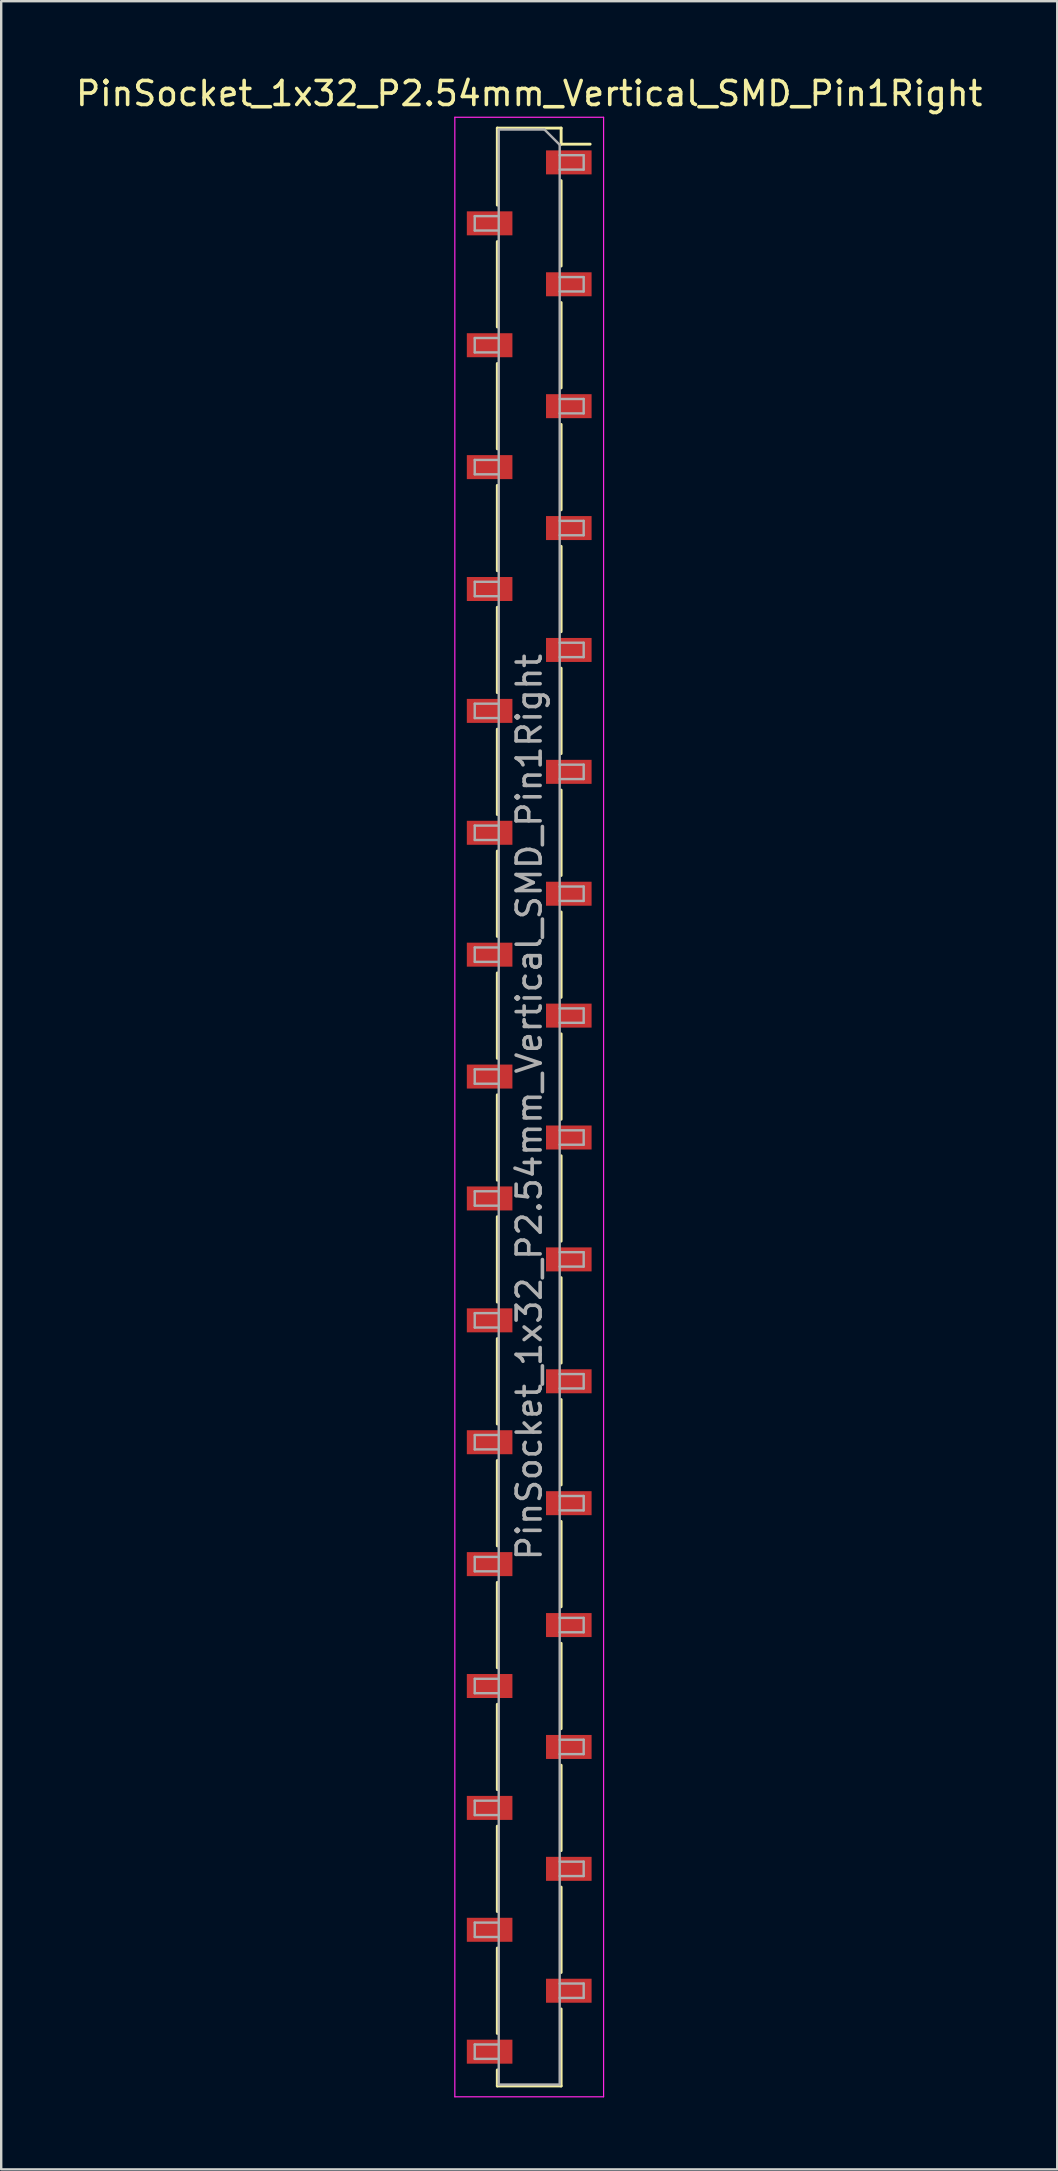
<source format=kicad_pcb>
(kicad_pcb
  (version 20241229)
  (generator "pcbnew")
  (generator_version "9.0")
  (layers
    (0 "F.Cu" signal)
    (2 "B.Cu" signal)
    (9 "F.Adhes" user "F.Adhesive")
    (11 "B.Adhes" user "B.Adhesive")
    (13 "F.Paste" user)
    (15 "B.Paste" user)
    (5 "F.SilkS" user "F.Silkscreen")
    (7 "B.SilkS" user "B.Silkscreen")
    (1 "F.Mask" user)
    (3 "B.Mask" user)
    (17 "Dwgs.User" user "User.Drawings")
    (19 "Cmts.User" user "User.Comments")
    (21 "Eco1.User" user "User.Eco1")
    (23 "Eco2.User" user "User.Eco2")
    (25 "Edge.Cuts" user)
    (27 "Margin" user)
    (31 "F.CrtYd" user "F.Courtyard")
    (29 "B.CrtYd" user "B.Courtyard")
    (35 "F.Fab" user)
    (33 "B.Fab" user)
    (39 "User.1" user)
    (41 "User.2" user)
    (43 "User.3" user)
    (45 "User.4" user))
  (footprint "PinSocket_1x32_P2.54mm_Vertical_SMD_Pin1Right"
    (layer "F.Cu")
    (at 19.006 43.088)
    (property "Reference" "PinSocket_1x32_P2.54mm_Vertical_SMD_Pin1Right" (at 0 -42.24 0) (layer "F.SilkS") (effects (font (size 1 1) (thickness 0.15))))
    (attr smd)
    (fp_line (start -1.33 -40.8) (end -1.33 -37.59) (stroke (width 0.12) (type solid)) (layer "F.SilkS"))
    (fp_line (start -1.33 -40.8) (end 1.33 -40.8) (stroke (width 0.12) (type solid)) (layer "F.SilkS"))
    (fp_line (start -1.33 -36.07) (end -1.33 -32.51) (stroke (width 0.12) (type solid)) (layer "F.SilkS"))
    (fp_line (start -1.33 -30.99) (end -1.33 -27.43) (stroke (width 0.12) (type solid)) (layer "F.SilkS"))
    (fp_line (start -1.33 -25.91) (end -1.33 -22.35) (stroke (width 0.12) (type solid)) (layer "F.SilkS"))
    (fp_line (start -1.33 -20.83) (end -1.33 -17.27) (stroke (width 0.12) (type solid)) (layer "F.SilkS"))
    (fp_line (start -1.33 -15.75) (end -1.33 -12.19) (stroke (width 0.12) (type solid)) (layer "F.SilkS"))
    (fp_line (start -1.33 -10.67) (end -1.33 -7.11) (stroke (width 0.12) (type solid)) (layer "F.SilkS"))
    (fp_line (start -1.33 -5.59) (end -1.33 -2.03) (stroke (width 0.12) (type solid)) (layer "F.SilkS"))
    (fp_line (start -1.33 -0.51) (end -1.33 3.05) (stroke (width 0.12) (type solid)) (layer "F.SilkS"))
    (fp_line (start -1.33 4.57) (end -1.33 8.13) (stroke (width 0.12) (type solid)) (layer "F.SilkS"))
    (fp_line (start -1.33 9.65) (end -1.33 13.21) (stroke (width 0.12) (type solid)) (layer "F.SilkS"))
    (fp_line (start -1.33 14.73) (end -1.33 18.29) (stroke (width 0.12) (type solid)) (layer "F.SilkS"))
    (fp_line (start -1.33 19.81) (end -1.33 23.37) (stroke (width 0.12) (type solid)) (layer "F.SilkS"))
    (fp_line (start -1.33 24.89) (end -1.33 28.45) (stroke (width 0.12) (type solid)) (layer "F.SilkS"))
    (fp_line (start -1.33 29.97) (end -1.33 33.53) (stroke (width 0.12) (type solid)) (layer "F.SilkS"))
    (fp_line (start -1.33 35.05) (end -1.33 38.61) (stroke (width 0.12) (type solid)) (layer "F.SilkS"))
    (fp_line (start -1.33 40.13) (end -1.33 40.8) (stroke (width 0.12) (type solid)) (layer "F.SilkS"))
    (fp_line (start -1.33 40.8) (end 1.33 40.8) (stroke (width 0.12) (type solid)) (layer "F.SilkS"))
    (fp_line (start 1.33 -40.8) (end 1.33 -40.13) (stroke (width 0.12) (type solid)) (layer "F.SilkS"))
    (fp_line (start 1.33 -40.13) (end 2.54 -40.13) (stroke (width 0.12) (type solid)) (layer "F.SilkS"))
    (fp_line (start 1.33 -38.61) (end 1.33 -35.05) (stroke (width 0.12) (type solid)) (layer "F.SilkS"))
    (fp_line (start 1.33 -33.53) (end 1.33 -29.97) (stroke (width 0.12) (type solid)) (layer "F.SilkS"))
    (fp_line (start 1.33 -28.45) (end 1.33 -24.89) (stroke (width 0.12) (type solid)) (layer "F.SilkS"))
    (fp_line (start 1.33 -23.37) (end 1.33 -19.81) (stroke (width 0.12) (type solid)) (layer "F.SilkS"))
    (fp_line (start 1.33 -18.29) (end 1.33 -14.73) (stroke (width 0.12) (type solid)) (layer "F.SilkS"))
    (fp_line (start 1.33 -13.21) (end 1.33 -9.65) (stroke (width 0.12) (type solid)) (layer "F.SilkS"))
    (fp_line (start 1.33 -8.13) (end 1.33 -4.57) (stroke (width 0.12) (type solid)) (layer "F.SilkS"))
    (fp_line (start 1.33 -3.05) (end 1.33 0.51) (stroke (width 0.12) (type solid)) (layer "F.SilkS"))
    (fp_line (start 1.33 2.03) (end 1.33 5.59) (stroke (width 0.12) (type solid)) (layer "F.SilkS"))
    (fp_line (start 1.33 7.11) (end 1.33 10.67) (stroke (width 0.12) (type solid)) (layer "F.SilkS"))
    (fp_line (start 1.33 12.19) (end 1.33 15.75) (stroke (width 0.12) (type solid)) (layer "F.SilkS"))
    (fp_line (start 1.33 17.27) (end 1.33 20.83) (stroke (width 0.12) (type solid)) (layer "F.SilkS"))
    (fp_line (start 1.33 22.35) (end 1.33 25.91) (stroke (width 0.12) (type solid)) (layer "F.SilkS"))
    (fp_line (start 1.33 27.43) (end 1.33 30.99) (stroke (width 0.12) (type solid)) (layer "F.SilkS"))
    (fp_line (start 1.33 32.51) (end 1.33 36.07) (stroke (width 0.12) (type solid)) (layer "F.SilkS"))
    (fp_line (start 1.33 37.59) (end 1.33 40.8) (stroke (width 0.12) (type solid)) (layer "F.SilkS"))
    (fp_line (start -3.1 -41.25) (end 3.1 -41.25) (stroke (width 0.05) (type solid)) (layer "F.CrtYd"))
    (fp_line (start -3.1 41.25) (end -3.1 -41.25) (stroke (width 0.05) (type solid)) (layer "F.CrtYd"))
    (fp_line (start 3.1 -41.25) (end 3.1 41.25) (stroke (width 0.05) (type solid)) (layer "F.CrtYd"))
    (fp_line (start 3.1 41.25) (end -3.1 41.25) (stroke (width 0.05) (type solid)) (layer "F.CrtYd"))
    (fp_line (start -2.27 -37.13) (end -1.27 -37.13) (stroke (width 0.1) (type solid)) (layer "F.Fab"))
    (fp_line (start -2.27 -36.53) (end -2.27 -37.13) (stroke (width 0.1) (type solid)) (layer "F.Fab"))
    (fp_line (start -2.27 -32.05) (end -1.27 -32.05) (stroke (width 0.1) (type solid)) (layer "F.Fab"))
    (fp_line (start -2.27 -31.45) (end -2.27 -32.05) (stroke (width 0.1) (type solid)) (layer "F.Fab"))
    (fp_line (start -2.27 -26.97) (end -1.27 -26.97) (stroke (width 0.1) (type solid)) (layer "F.Fab"))
    (fp_line (start -2.27 -26.37) (end -2.27 -26.97) (stroke (width 0.1) (type solid)) (layer "F.Fab"))
    (fp_line (start -2.27 -21.89) (end -1.27 -21.89) (stroke (width 0.1) (type solid)) (layer "F.Fab"))
    (fp_line (start -2.27 -21.29) (end -2.27 -21.89) (stroke (width 0.1) (type solid)) (layer "F.Fab"))
    (fp_line (start -2.27 -16.81) (end -1.27 -16.81) (stroke (width 0.1) (type solid)) (layer "F.Fab"))
    (fp_line (start -2.27 -16.21) (end -2.27 -16.81) (stroke (width 0.1) (type solid)) (layer "F.Fab"))
    (fp_line (start -2.27 -11.73) (end -1.27 -11.73) (stroke (width 0.1) (type solid)) (layer "F.Fab"))
    (fp_line (start -2.27 -11.13) (end -2.27 -11.73) (stroke (width 0.1) (type solid)) (layer "F.Fab"))
    (fp_line (start -2.27 -6.65) (end -1.27 -6.65) (stroke (width 0.1) (type solid)) (layer "F.Fab"))
    (fp_line (start -2.27 -6.05) (end -2.27 -6.65) (stroke (width 0.1) (type solid)) (layer "F.Fab"))
    (fp_line (start -2.27 -1.57) (end -1.27 -1.57) (stroke (width 0.1) (type solid)) (layer "F.Fab"))
    (fp_line (start -2.27 -0.97) (end -2.27 -1.57) (stroke (width 0.1) (type solid)) (layer "F.Fab"))
    (fp_line (start -2.27 3.51) (end -1.27 3.51) (stroke (width 0.1) (type solid)) (layer "F.Fab"))
    (fp_line (start -2.27 4.11) (end -2.27 3.51) (stroke (width 0.1) (type solid)) (layer "F.Fab"))
    (fp_line (start -2.27 8.59) (end -1.27 8.59) (stroke (width 0.1) (type solid)) (layer "F.Fab"))
    (fp_line (start -2.27 9.19) (end -2.27 8.59) (stroke (width 0.1) (type solid)) (layer "F.Fab"))
    (fp_line (start -2.27 13.67) (end -1.27 13.67) (stroke (width 0.1) (type solid)) (layer "F.Fab"))
    (fp_line (start -2.27 14.27) (end -2.27 13.67) (stroke (width 0.1) (type solid)) (layer "F.Fab"))
    (fp_line (start -2.27 18.75) (end -1.27 18.75) (stroke (width 0.1) (type solid)) (layer "F.Fab"))
    (fp_line (start -2.27 19.35) (end -2.27 18.75) (stroke (width 0.1) (type solid)) (layer "F.Fab"))
    (fp_line (start -2.27 23.83) (end -1.27 23.83) (stroke (width 0.1) (type solid)) (layer "F.Fab"))
    (fp_line (start -2.27 24.43) (end -2.27 23.83) (stroke (width 0.1) (type solid)) (layer "F.Fab"))
    (fp_line (start -2.27 28.91) (end -1.27 28.91) (stroke (width 0.1) (type solid)) (layer "F.Fab"))
    (fp_line (start -2.27 29.51) (end -2.27 28.91) (stroke (width 0.1) (type solid)) (layer "F.Fab"))
    (fp_line (start -2.27 33.99) (end -1.27 33.99) (stroke (width 0.1) (type solid)) (layer "F.Fab"))
    (fp_line (start -2.27 34.59) (end -2.27 33.99) (stroke (width 0.1) (type solid)) (layer "F.Fab"))
    (fp_line (start -2.27 39.07) (end -1.27 39.07) (stroke (width 0.1) (type solid)) (layer "F.Fab"))
    (fp_line (start -2.27 39.67) (end -2.27 39.07) (stroke (width 0.1) (type solid)) (layer "F.Fab"))
    (fp_line (start -1.27 -40.74) (end 0.635 -40.74) (stroke (width 0.1) (type solid)) (layer "F.Fab"))
    (fp_line (start -1.27 -36.53) (end -2.27 -36.53) (stroke (width 0.1) (type solid)) (layer "F.Fab"))
    (fp_line (start -1.27 -31.45) (end -2.27 -31.45) (stroke (width 0.1) (type solid)) (layer "F.Fab"))
    (fp_line (start -1.27 -26.37) (end -2.27 -26.37) (stroke (width 0.1) (type solid)) (layer "F.Fab"))
    (fp_line (start -1.27 -21.29) (end -2.27 -21.29) (stroke (width 0.1) (type solid)) (layer "F.Fab"))
    (fp_line (start -1.27 -16.21) (end -2.27 -16.21) (stroke (width 0.1) (type solid)) (layer "F.Fab"))
    (fp_line (start -1.27 -11.13) (end -2.27 -11.13) (stroke (width 0.1) (type solid)) (layer "F.Fab"))
    (fp_line (start -1.27 -6.05) (end -2.27 -6.05) (stroke (width 0.1) (type solid)) (layer "F.Fab"))
    (fp_line (start -1.27 -0.97) (end -2.27 -0.97) (stroke (width 0.1) (type solid)) (layer "F.Fab"))
    (fp_line (start -1.27 4.11) (end -2.27 4.11) (stroke (width 0.1) (type solid)) (layer "F.Fab"))
    (fp_line (start -1.27 9.19) (end -2.27 9.19) (stroke (width 0.1) (type solid)) (layer "F.Fab"))
    (fp_line (start -1.27 14.27) (end -2.27 14.27) (stroke (width 0.1) (type solid)) (layer "F.Fab"))
    (fp_line (start -1.27 19.35) (end -2.27 19.35) (stroke (width 0.1) (type solid)) (layer "F.Fab"))
    (fp_line (start -1.27 24.43) (end -2.27 24.43) (stroke (width 0.1) (type solid)) (layer "F.Fab"))
    (fp_line (start -1.27 29.51) (end -2.27 29.51) (stroke (width 0.1) (type solid)) (layer "F.Fab"))
    (fp_line (start -1.27 34.59) (end -2.27 34.59) (stroke (width 0.1) (type solid)) (layer "F.Fab"))
    (fp_line (start -1.27 39.67) (end -2.27 39.67) (stroke (width 0.1) (type solid)) (layer "F.Fab"))
    (fp_line (start -1.27 40.74) (end -1.27 -40.74) (stroke (width 0.1) (type solid)) (layer "F.Fab"))
    (fp_line (start 0.635 -40.74) (end 1.27 -40.105) (stroke (width 0.1) (type solid)) (layer "F.Fab"))
    (fp_line (start 1.27 -40.105) (end 1.27 40.74) (stroke (width 0.1) (type solid)) (layer "F.Fab"))
    (fp_line (start 1.27 -39.67) (end 2.27 -39.67) (stroke (width 0.1) (type solid)) (layer "F.Fab"))
    (fp_line (start 1.27 -34.59) (end 2.27 -34.59) (stroke (width 0.1) (type solid)) (layer "F.Fab"))
    (fp_line (start 1.27 -29.51) (end 2.27 -29.51) (stroke (width 0.1) (type solid)) (layer "F.Fab"))
    (fp_line (start 1.27 -24.43) (end 2.27 -24.43) (stroke (width 0.1) (type solid)) (layer "F.Fab"))
    (fp_line (start 1.27 -19.35) (end 2.27 -19.35) (stroke (width 0.1) (type solid)) (layer "F.Fab"))
    (fp_line (start 1.27 -14.27) (end 2.27 -14.27) (stroke (width 0.1) (type solid)) (layer "F.Fab"))
    (fp_line (start 1.27 -9.19) (end 2.27 -9.19) (stroke (width 0.1) (type solid)) (layer "F.Fab"))
    (fp_line (start 1.27 -4.11) (end 2.27 -4.11) (stroke (width 0.1) (type solid)) (layer "F.Fab"))
    (fp_line (start 1.27 0.97) (end 2.27 0.97) (stroke (width 0.1) (type solid)) (layer "F.Fab"))
    (fp_line (start 1.27 6.05) (end 2.27 6.05) (stroke (width 0.1) (type solid)) (layer "F.Fab"))
    (fp_line (start 1.27 11.13) (end 2.27 11.13) (stroke (width 0.1) (type solid)) (layer "F.Fab"))
    (fp_line (start 1.27 16.21) (end 2.27 16.21) (stroke (width 0.1) (type solid)) (layer "F.Fab"))
    (fp_line (start 1.27 21.29) (end 2.27 21.29) (stroke (width 0.1) (type solid)) (layer "F.Fab"))
    (fp_line (start 1.27 26.37) (end 2.27 26.37) (stroke (width 0.1) (type solid)) (layer "F.Fab"))
    (fp_line (start 1.27 31.45) (end 2.27 31.45) (stroke (width 0.1) (type solid)) (layer "F.Fab"))
    (fp_line (start 1.27 36.53) (end 2.27 36.53) (stroke (width 0.1) (type solid)) (layer "F.Fab"))
    (fp_line (start 1.27 40.74) (end -1.27 40.74) (stroke (width 0.1) (type solid)) (layer "F.Fab"))
    (fp_line (start 2.27 -39.67) (end 2.27 -39.07) (stroke (width 0.1) (type solid)) (layer "F.Fab"))
    (fp_line (start 2.27 -39.07) (end 1.27 -39.07) (stroke (width 0.1) (type solid)) (layer "F.Fab"))
    (fp_line (start 2.27 -34.59) (end 2.27 -33.99) (stroke (width 0.1) (type solid)) (layer "F.Fab"))
    (fp_line (start 2.27 -33.99) (end 1.27 -33.99) (stroke (width 0.1) (type solid)) (layer "F.Fab"))
    (fp_line (start 2.27 -29.51) (end 2.27 -28.91) (stroke (width 0.1) (type solid)) (layer "F.Fab"))
    (fp_line (start 2.27 -28.91) (end 1.27 -28.91) (stroke (width 0.1) (type solid)) (layer "F.Fab"))
    (fp_line (start 2.27 -24.43) (end 2.27 -23.83) (stroke (width 0.1) (type solid)) (layer "F.Fab"))
    (fp_line (start 2.27 -23.83) (end 1.27 -23.83) (stroke (width 0.1) (type solid)) (layer "F.Fab"))
    (fp_line (start 2.27 -19.35) (end 2.27 -18.75) (stroke (width 0.1) (type solid)) (layer "F.Fab"))
    (fp_line (start 2.27 -18.75) (end 1.27 -18.75) (stroke (width 0.1) (type solid)) (layer "F.Fab"))
    (fp_line (start 2.27 -14.27) (end 2.27 -13.67) (stroke (width 0.1) (type solid)) (layer "F.Fab"))
    (fp_line (start 2.27 -13.67) (end 1.27 -13.67) (stroke (width 0.1) (type solid)) (layer "F.Fab"))
    (fp_line (start 2.27 -9.19) (end 2.27 -8.59) (stroke (width 0.1) (type solid)) (layer "F.Fab"))
    (fp_line (start 2.27 -8.59) (end 1.27 -8.59) (stroke (width 0.1) (type solid)) (layer "F.Fab"))
    (fp_line (start 2.27 -4.11) (end 2.27 -3.51) (stroke (width 0.1) (type solid)) (layer "F.Fab"))
    (fp_line (start 2.27 -3.51) (end 1.27 -3.51) (stroke (width 0.1) (type solid)) (layer "F.Fab"))
    (fp_line (start 2.27 0.97) (end 2.27 1.57) (stroke (width 0.1) (type solid)) (layer "F.Fab"))
    (fp_line (start 2.27 1.57) (end 1.27 1.57) (stroke (width 0.1) (type solid)) (layer "F.Fab"))
    (fp_line (start 2.27 6.05) (end 2.27 6.65) (stroke (width 0.1) (type solid)) (layer "F.Fab"))
    (fp_line (start 2.27 6.65) (end 1.27 6.65) (stroke (width 0.1) (type solid)) (layer "F.Fab"))
    (fp_line (start 2.27 11.13) (end 2.27 11.73) (stroke (width 0.1) (type solid)) (layer "F.Fab"))
    (fp_line (start 2.27 11.73) (end 1.27 11.73) (stroke (width 0.1) (type solid)) (layer "F.Fab"))
    (fp_line (start 2.27 16.21) (end 2.27 16.81) (stroke (width 0.1) (type solid)) (layer "F.Fab"))
    (fp_line (start 2.27 16.81) (end 1.27 16.81) (stroke (width 0.1) (type solid)) (layer "F.Fab"))
    (fp_line (start 2.27 21.29) (end 2.27 21.89) (stroke (width 0.1) (type solid)) (layer "F.Fab"))
    (fp_line (start 2.27 21.89) (end 1.27 21.89) (stroke (width 0.1) (type solid)) (layer "F.Fab"))
    (fp_line (start 2.27 26.37) (end 2.27 26.97) (stroke (width 0.1) (type solid)) (layer "F.Fab"))
    (fp_line (start 2.27 26.97) (end 1.27 26.97) (stroke (width 0.1) (type solid)) (layer "F.Fab"))
    (fp_line (start 2.27 31.45) (end 2.27 32.05) (stroke (width 0.1) (type solid)) (layer "F.Fab"))
    (fp_line (start 2.27 32.05) (end 1.27 32.05) (stroke (width 0.1) (type solid)) (layer "F.Fab"))
    (fp_line (start 2.27 36.53) (end 2.27 37.13) (stroke (width 0.1) (type solid)) (layer "F.Fab"))
    (fp_line (start 2.27 37.13) (end 1.27 37.13) (stroke (width 0.1) (type solid)) (layer "F.Fab"))
    (fp_text user "${REFERENCE}" (at 0 0 90) (layer "F.Fab") (effects (font (size 1 1) (thickness 0.15))))
    (pad "1" smd rect (at 1.65 -39.37) (size 1.9 1) (layers "F.Cu" "F.Mask" "F.Paste"))
    (pad "2" smd rect (at -1.65 -36.83) (size 1.9 1) (layers "F.Cu" "F.Mask" "F.Paste"))
    (pad "3" smd rect (at 1.65 -34.29) (size 1.9 1) (layers "F.Cu" "F.Mask" "F.Paste"))
    (pad "4" smd rect (at -1.65 -31.75) (size 1.9 1) (layers "F.Cu" "F.Mask" "F.Paste"))
    (pad "5" smd rect (at 1.65 -29.21) (size 1.9 1) (layers "F.Cu" "F.Mask" "F.Paste"))
    (pad "6" smd rect (at -1.65 -26.67) (size 1.9 1) (layers "F.Cu" "F.Mask" "F.Paste"))
    (pad "7" smd rect (at 1.65 -24.13) (size 1.9 1) (layers "F.Cu" "F.Mask" "F.Paste"))
    (pad "8" smd rect (at -1.65 -21.59) (size 1.9 1) (layers "F.Cu" "F.Mask" "F.Paste"))
    (pad "9" smd rect (at 1.65 -19.05) (size 1.9 1) (layers "F.Cu" "F.Mask" "F.Paste"))
    (pad "10" smd rect (at -1.65 -16.51) (size 1.9 1) (layers "F.Cu" "F.Mask" "F.Paste"))
    (pad "11" smd rect (at 1.65 -13.97) (size 1.9 1) (layers "F.Cu" "F.Mask" "F.Paste"))
    (pad "12" smd rect (at -1.65 -11.43) (size 1.9 1) (layers "F.Cu" "F.Mask" "F.Paste"))
    (pad "13" smd rect (at 1.65 -8.89) (size 1.9 1) (layers "F.Cu" "F.Mask" "F.Paste"))
    (pad "14" smd rect (at -1.65 -6.35) (size 1.9 1) (layers "F.Cu" "F.Mask" "F.Paste"))
    (pad "15" smd rect (at 1.65 -3.81) (size 1.9 1) (layers "F.Cu" "F.Mask" "F.Paste"))
    (pad "16" smd rect (at -1.65 -1.27) (size 1.9 1) (layers "F.Cu" "F.Mask" "F.Paste"))
    (pad "17" smd rect (at 1.65 1.27) (size 1.9 1) (layers "F.Cu" "F.Mask" "F.Paste"))
    (pad "18" smd rect (at -1.65 3.81) (size 1.9 1) (layers "F.Cu" "F.Mask" "F.Paste"))
    (pad "19" smd rect (at 1.65 6.35) (size 1.9 1) (layers "F.Cu" "F.Mask" "F.Paste"))
    (pad "20" smd rect (at -1.65 8.89) (size 1.9 1) (layers "F.Cu" "F.Mask" "F.Paste"))
    (pad "21" smd rect (at 1.65 11.43) (size 1.9 1) (layers "F.Cu" "F.Mask" "F.Paste"))
    (pad "22" smd rect (at -1.65 13.97) (size 1.9 1) (layers "F.Cu" "F.Mask" "F.Paste"))
    (pad "23" smd rect (at 1.65 16.51) (size 1.9 1) (layers "F.Cu" "F.Mask" "F.Paste"))
    (pad "24" smd rect (at -1.65 19.05) (size 1.9 1) (layers "F.Cu" "F.Mask" "F.Paste"))
    (pad "25" smd rect (at 1.65 21.59) (size 1.9 1) (layers "F.Cu" "F.Mask" "F.Paste"))
    (pad "26" smd rect (at -1.65 24.13) (size 1.9 1) (layers "F.Cu" "F.Mask" "F.Paste"))
    (pad "27" smd rect (at 1.65 26.67) (size 1.9 1) (layers "F.Cu" "F.Mask" "F.Paste"))
    (pad "28" smd rect (at -1.65 29.21) (size 1.9 1) (layers "F.Cu" "F.Mask" "F.Paste"))
    (pad "29" smd rect (at 1.65 31.75) (size 1.9 1) (layers "F.Cu" "F.Mask" "F.Paste"))
    (pad "30" smd rect (at -1.65 34.29) (size 1.9 1) (layers "F.Cu" "F.Mask" "F.Paste"))
    (pad "31" smd rect (at 1.65 36.83) (size 1.9 1) (layers "F.Cu" "F.Mask" "F.Paste"))
    (pad "32" smd rect (at -1.65 39.37) (size 1.9 1) (layers "F.Cu" "F.Mask" "F.Paste")))
  (gr_rect
    (start -3 -3)
    (end 41.012 87.363)
    (stroke (width 0.1) (type default))
    (fill no)
    (layer "Edge.Cuts")))
</source>
